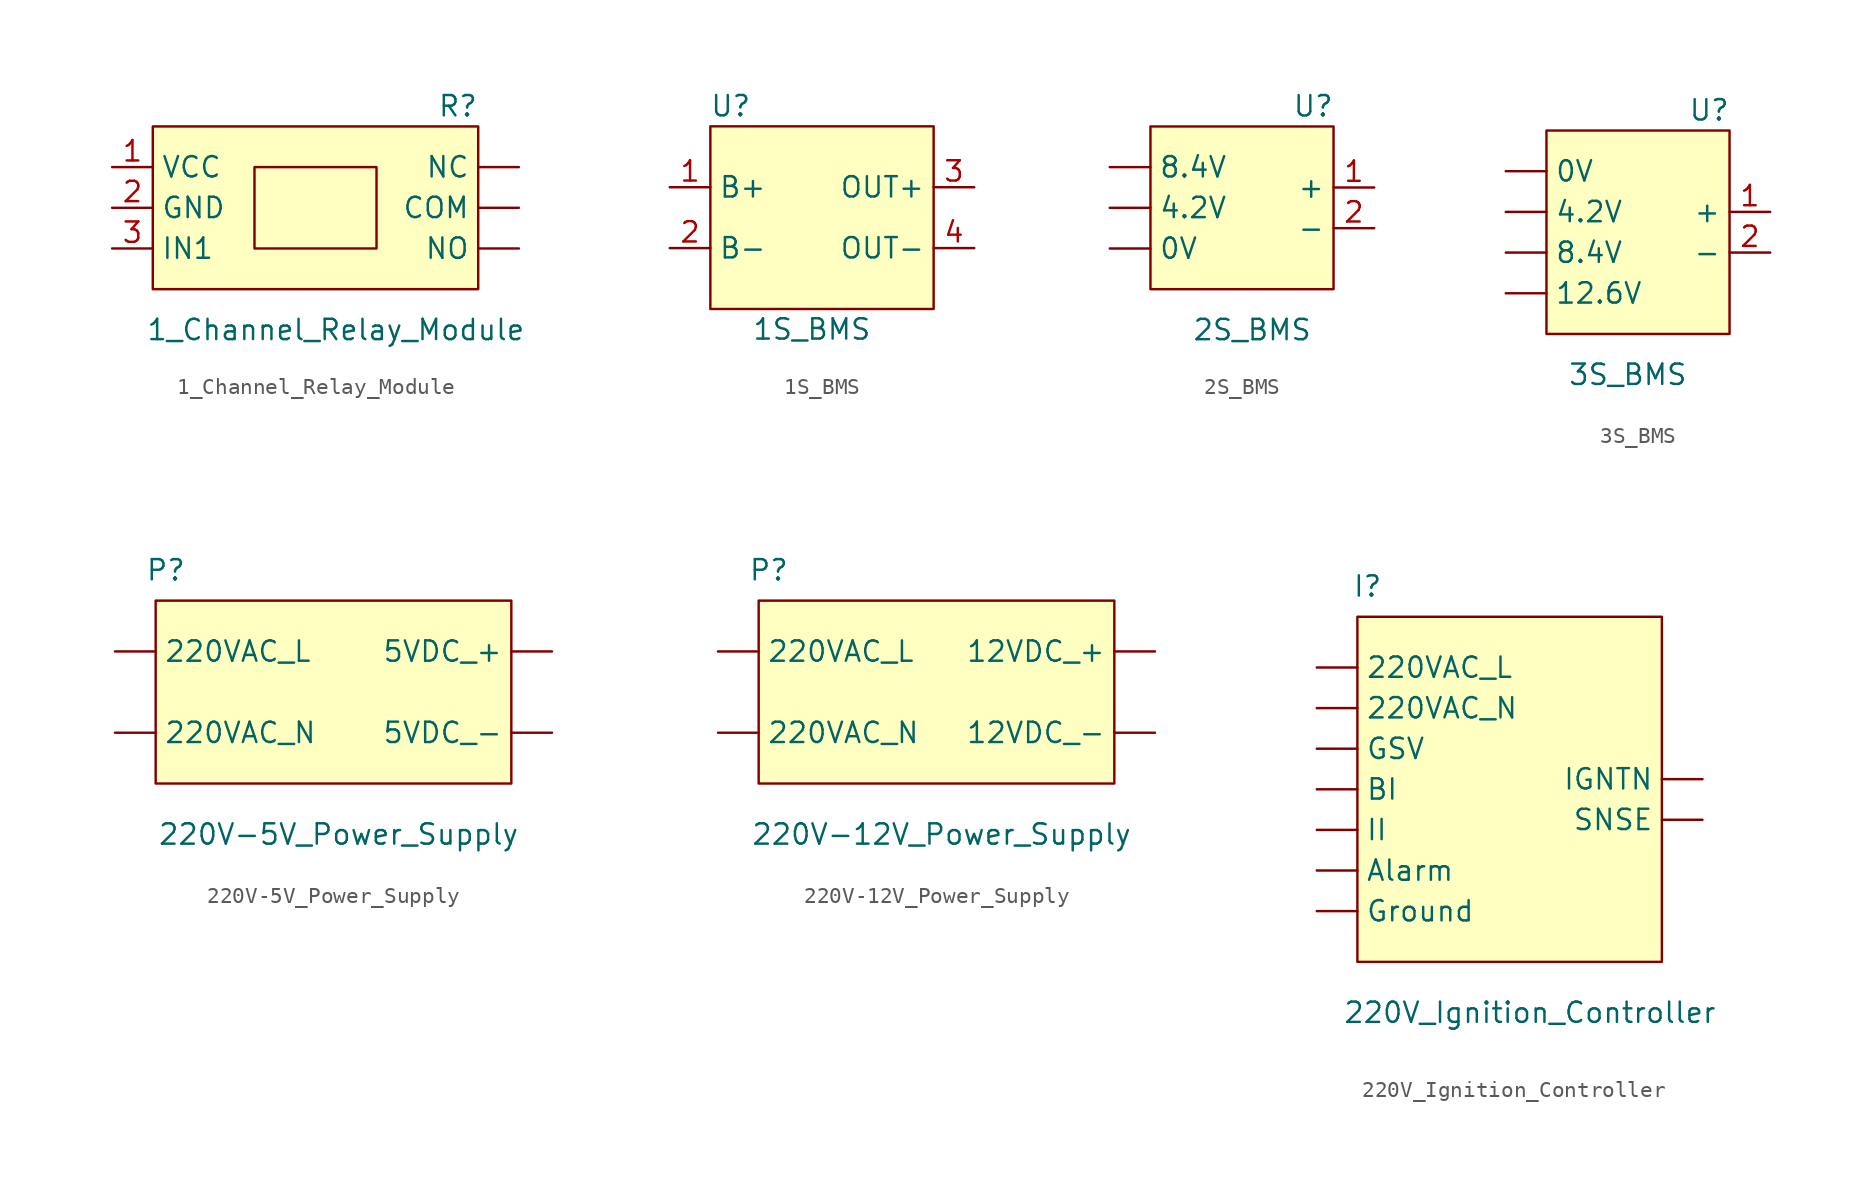
<source format=kicad_sym>
(kicad_symbol_lib
  (version 20211014)
  (generator kicad_symbol_editor)
  (symbol "1_Channel_Relay_Module"
    (property "Reference" "R"
      (at 7.62 6.35 0)
      (effects (font (size 1.27 1.27))))
    (property "Value" "1_Channel_Relay_Module"
      (at 0 -7.62 0)
      (effects (font (size 1.27 1.27))))
    (symbol "1_Channel_Relay_Module_0_1"
      (rectangle (start -11.43 5.08) (end 8.89 -5.08) (stroke (width 0.152) (type default) (color 0 0 0 0)) (fill (type background)))
      (rectangle (start -5.08 2.54) (end 2.54 -2.54) (stroke (width 0.152) (type default) (color 0 0 0 0)) (fill (type none))))
    (symbol "1_Channel_Relay_Module_1_1"
      (pin input line (at 11.43 0 180) (length 2.54) (name "COM" (effects (font (size 1.27 1.27)))) (number "" (effects (font (size 1.27 1.27)))))
      (pin input line (at 11.43 2.54 180) (length 2.54) (name "NC" (effects (font (size 1.27 1.27)))) (number "" (effects (font (size 1.27 1.27)))))
      (pin input line (at 11.43 -2.54 180) (length 2.54) (name "NO" (effects (font (size 1.27 1.27)))) (number "" (effects (font (size 1.27 1.27)))))
      (pin input line (at -13.97 2.54 0) (length 2.54) (name "VCC" (effects (font (size 1.27 1.27)))) (number "1" (effects (font (size 1.27 1.27)))))
      (pin input line (at -13.97 0 0) (length 2.54) (name "GND" (effects (font (size 1.27 1.27)))) (number "2" (effects (font (size 1.27 1.27)))))
      (pin input line (at -13.97 -2.54 0) (length 2.54) (name "IN1" (effects (font (size 1.27 1.27)))) (number "3" (effects (font (size 1.27 1.27)))))))
  (symbol "1S_BMS"
    (property "Reference" "U"
      (at -5.08 6.35 0)
      (effects (font (size 1.27 1.27))))
    (property "Value" "1S_BMS"
      (at 0 -7.62 0)
      (effects (font (size 1.27 1.27))))
    (symbol "1S_BMS_0_1"
      (rectangle (start -6.35 5.08) (end 7.62 -6.35) (stroke (width 0.152) (type default) (color 0 0 0 0)) (fill (type background))))
    (symbol "1S_BMS_1_1"
      (pin input line (at -8.89 1.27 0) (length 2.54) (name "B+" (effects (font (size 1.27 1.27)))) (number "1" (effects (font (size 1.27 1.27)))))
      (pin input line (at -8.89 -2.54 0) (length 2.54) (name "B-" (effects (font (size 1.27 1.27)))) (number "2" (effects (font (size 1.27 1.27)))))
      (pin input line (at 10.16 1.27 180) (length 2.54) (name "OUT+" (effects (font (size 1.27 1.27)))) (number "3" (effects (font (size 1.27 1.27)))))
      (pin input line (at 10.16 -2.54 180) (length 2.54) (name "OUT-" (effects (font (size 1.27 1.27)))) (number "4" (effects (font (size 1.27 1.27)))))))
  (symbol "2S_BMS"
    (property "Reference" "U"
      (at 3.81 7.62 0)
      (effects (font (size 1.27 1.27))))
    (property "Value" "2S_BMS"
      (at 0 -6.35 0)
      (effects (font (size 1.27 1.27))))
    (symbol "2S_BMS_0_1"
      (rectangle (start -6.35 6.35) (end 5.08 -3.81) (stroke (width 0.152) (type default) (color 0 0 0 0)) (fill (type background))))
    (symbol "2S_BMS_1_1"
      (pin input line (at -8.89 -1.27 0) (length 2.54) (name "0V" (effects (font (size 1.27 1.27)))) (number "" (effects (font (size 1.27 1.27)))))
      (pin input line (at -8.89 1.27 0) (length 2.54) (name "4.2V" (effects (font (size 1.27 1.27)))) (number "" (effects (font (size 1.27 1.27)))))
      (pin input line (at -8.89 3.81 0) (length 2.54) (name "8.4V" (effects (font (size 1.27 1.27)))) (number "" (effects (font (size 1.27 1.27)))))
      (pin input line (at 7.62 2.54 180) (length 2.54) (name "+" (effects (font (size 1.27 1.27)))) (number "1" (effects (font (size 1.27 1.27)))))
      (pin input line (at 7.62 0 180) (length 2.54) (name "-" (effects (font (size 1.27 1.27)))) (number "2" (effects (font (size 1.27 1.27)))))))
  (symbol "3S_BMS"
    (property "Reference" "U"
      (at 3.81 7.62 0)
      (effects (font (size 1.27 1.27))))
    (property "Value" "3S_BMS"
      (at -1.27 -8.89 0)
      (effects (font (size 1.27 1.27))))
    (symbol "3S_BMS_0_1"
      (rectangle (start -6.35 6.35) (end 5.08 -6.35) (stroke (width 0.152) (type default) (color 0 0 0 0)) (fill (type background))))
    (symbol "3S_BMS_1_1"
      (pin input line (at -8.89 3.81 0) (length 2.54) (name "0V" (effects (font (size 1.27 1.27)))) (number "" (effects (font (size 1.27 1.27)))))
      (pin input line (at -8.89 -3.81 0) (length 2.54) (name "12.6V" (effects (font (size 1.27 1.27)))) (number "" (effects (font (size 1.27 1.27)))))
      (pin input line (at -8.89 1.27 0) (length 2.54) (name "4.2V" (effects (font (size 1.27 1.27)))) (number "" (effects (font (size 1.27 1.27)))))
      (pin input line (at -8.89 -1.27 0) (length 2.54) (name "8.4V" (effects (font (size 1.27 1.27)))) (number "" (effects (font (size 1.27 1.27)))))
      (pin input line (at 7.62 1.27 180) (length 2.54) (name "+" (effects (font (size 1.27 1.27)))) (number "1" (effects (font (size 1.27 1.27)))))
      (pin input line (at 7.62 -1.27 180) (length 2.54) (name "-" (effects (font (size 1.27 1.27)))) (number "2" (effects (font (size 1.27 1.27)))))))
  (symbol "220V-5V_Power_Supply"
    (property "Reference" "P"
      (at -9.525 8.255 0)
      (effects (font (size 1.27 1.27))))
    (property "Value" "220V-5V_Power_Supply"
      (at 1.27 -8.255 0)
      (effects (font (size 1.27 1.27))))
    (symbol "220V-5V_Power_Supply_0_1"
      (rectangle (start -10.16 6.35) (end 12.065 -5.08) (stroke (width 0.152) (type default) (color 0 0 0 0)) (fill (type background))))
    (symbol "220V-5V_Power_Supply_1_1"
      (pin input line (at -12.7 3.175 0) (length 2.54) (name "220VAC_L" (effects (font (size 1.27 1.27)))) (number "" (effects (font (size 1.27 1.27)))))
      (pin input line (at -12.7 -1.905 0) (length 2.54) (name "220VAC_N" (effects (font (size 1.27 1.27)))) (number "" (effects (font (size 1.27 1.27)))))
      (pin input line (at 14.605 3.175 180) (length 2.54) (name "5VDC_+" (effects (font (size 1.27 1.27)))) (number "" (effects (font (size 1.27 1.27)))))
      (pin input line (at 14.605 -1.905 180) (length 2.54) (name "5VDC_-" (effects (font (size 1.27 1.27)))) (number "" (effects (font (size 1.27 1.27)))))))
  (symbol "220V-12V_Power_Supply"
    (property "Reference" "P"
      (at -9.525 8.255 0)
      (effects (font (size 1.27 1.27))))
    (property "Value" "220V-12V_Power_Supply"
      (at 1.27 -8.255 0)
      (effects (font (size 1.27 1.27))))
    (symbol "220V-12V_Power_Supply_0_1"
      (rectangle (start -10.16 6.35) (end 12.065 -5.08) (stroke (width 0.152) (type default) (color 0 0 0 0)) (fill (type background))))
    (symbol "220V-12V_Power_Supply_1_1"
      (pin input line (at 14.605 3.175 180) (length 2.54) (name "12VDC_+" (effects (font (size 1.27 1.27)))) (number "" (effects (font (size 1.27 1.27)))))
      (pin input line (at 14.605 -1.905 180) (length 2.54) (name "12VDC_-" (effects (font (size 1.27 1.27)))) (number "" (effects (font (size 1.27 1.27)))))
      (pin input line (at -12.7 3.175 0) (length 2.54) (name "220VAC_L" (effects (font (size 1.27 1.27)))) (number "" (effects (font (size 1.27 1.27)))))
      (pin input line (at -12.7 -1.905 0) (length 2.54) (name "220VAC_N" (effects (font (size 1.27 1.27)))) (number "" (effects (font (size 1.27 1.27)))))))
  (symbol "220V_Ignition_Controller"
    (property "Reference" "I"
      (at -8.255 12.7 0)
      (effects (font (size 1.27 1.27))))
    (property "Value" "220V_Ignition_Controller"
      (at 1.905 -13.97 0)
      (effects (font (size 1.27 1.27))))
    (symbol "220V_Ignition_Controller_0_1"
      (rectangle (start -8.89 10.795) (end 10.16 -10.795) (stroke (width 0.152) (type default) (color 0 0 0 0)) (fill (type background))))
    (symbol "220V_Ignition_Controller_1_1"
      (pin input line (at -11.43 7.62 0) (length 2.54) (name "220VAC_L" (effects (font (size 1.27 1.27)))) (number "" (effects (font (size 1.27 1.27)))))
      (pin input line (at -11.43 5.08 0) (length 2.54) (name "220VAC_N" (effects (font (size 1.27 1.27)))) (number "" (effects (font (size 1.27 1.27)))))
      (pin input line (at -11.43 -5.08 0) (length 2.54) (name "Alarm" (effects (font (size 1.27 1.27)))) (number "" (effects (font (size 1.27 1.27)))))
      (pin input line (at -11.43 0 0) (length 2.54) (name "BI" (effects (font (size 1.27 1.27)))) (number "" (effects (font (size 1.27 1.27)))))
      (pin input line (at -11.43 2.54 0) (length 2.54) (name "GSV" (effects (font (size 1.27 1.27)))) (number "" (effects (font (size 1.27 1.27)))))
      (pin input line (at -11.43 -7.62 0) (length 2.54) (name "Ground" (effects (font (size 1.27 1.27)))) (number "" (effects (font (size 1.27 1.27)))))
      (pin input line (at 12.7 0.635 180) (length 2.54) (name "IGNTN" (effects (font (size 1.27 1.27)))) (number "" (effects (font (size 1.27 1.27)))))
      (pin input line (at -11.43 -2.54 0) (length 2.54) (name "II" (effects (font (size 1.27 1.27)))) (number "" (effects (font (size 1.27 1.27)))))
      (pin input line (at 12.7 -1.905 180) (length 2.54) (name "SNSE" (effects (font (size 1.27 1.27)))) (number "" (effects (font (size 1.27 1.27))))))))
</source>
